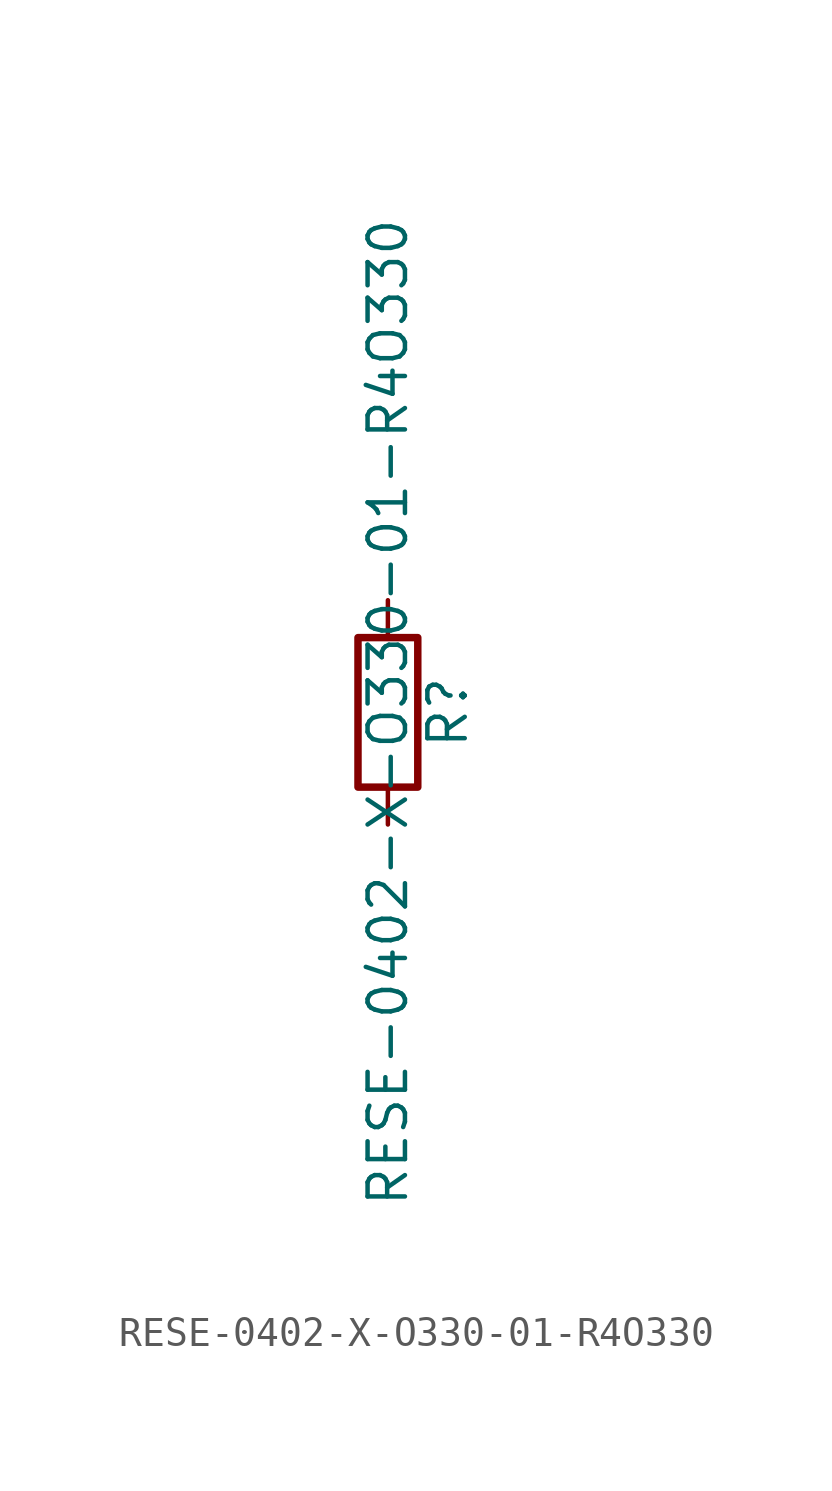
<source format=kicad_sym>
(kicad_symbol_lib
  (version 20211014)
  (generator kicad_symbol_editor)
  (symbol "RESE-0402-X-O330-01-R4O330"
    (pin_numbers hide)
    (pin_names
      (offset 0))
    (property "Reference" "R"
      (at 2.032 0 90)
      (effects (font (size 1.27 1.27))))
    (property "Value" "RESE-0402-X-O330-01-R4O330"
      (at 0 0 90)
      (effects (font (size 1.27 1.27))))
    (symbol "RESE-0402-X-O330-01-R4O330_0_1"
      (rectangle (start -1.016 -2.54) (end 1.016 2.54) (stroke (width 0.254) (type default) (color 0 0 0 0)) (fill (type none))))
    (symbol "RESE-0402-X-O330-01-R4O330_1_1"
      (pin passive line (at 0 3.81 270) (length 1.27) (name "~" (effects (font (size 1.27 1.27)))) (number "1" (effects (font (size 1.27 1.27)))))
      (pin passive line (at 0 -3.81 90) (length 1.27) (name "~" (effects (font (size 1.27 1.27)))) (number "2" (effects (font (size 1.27 1.27))))))))
</source>
